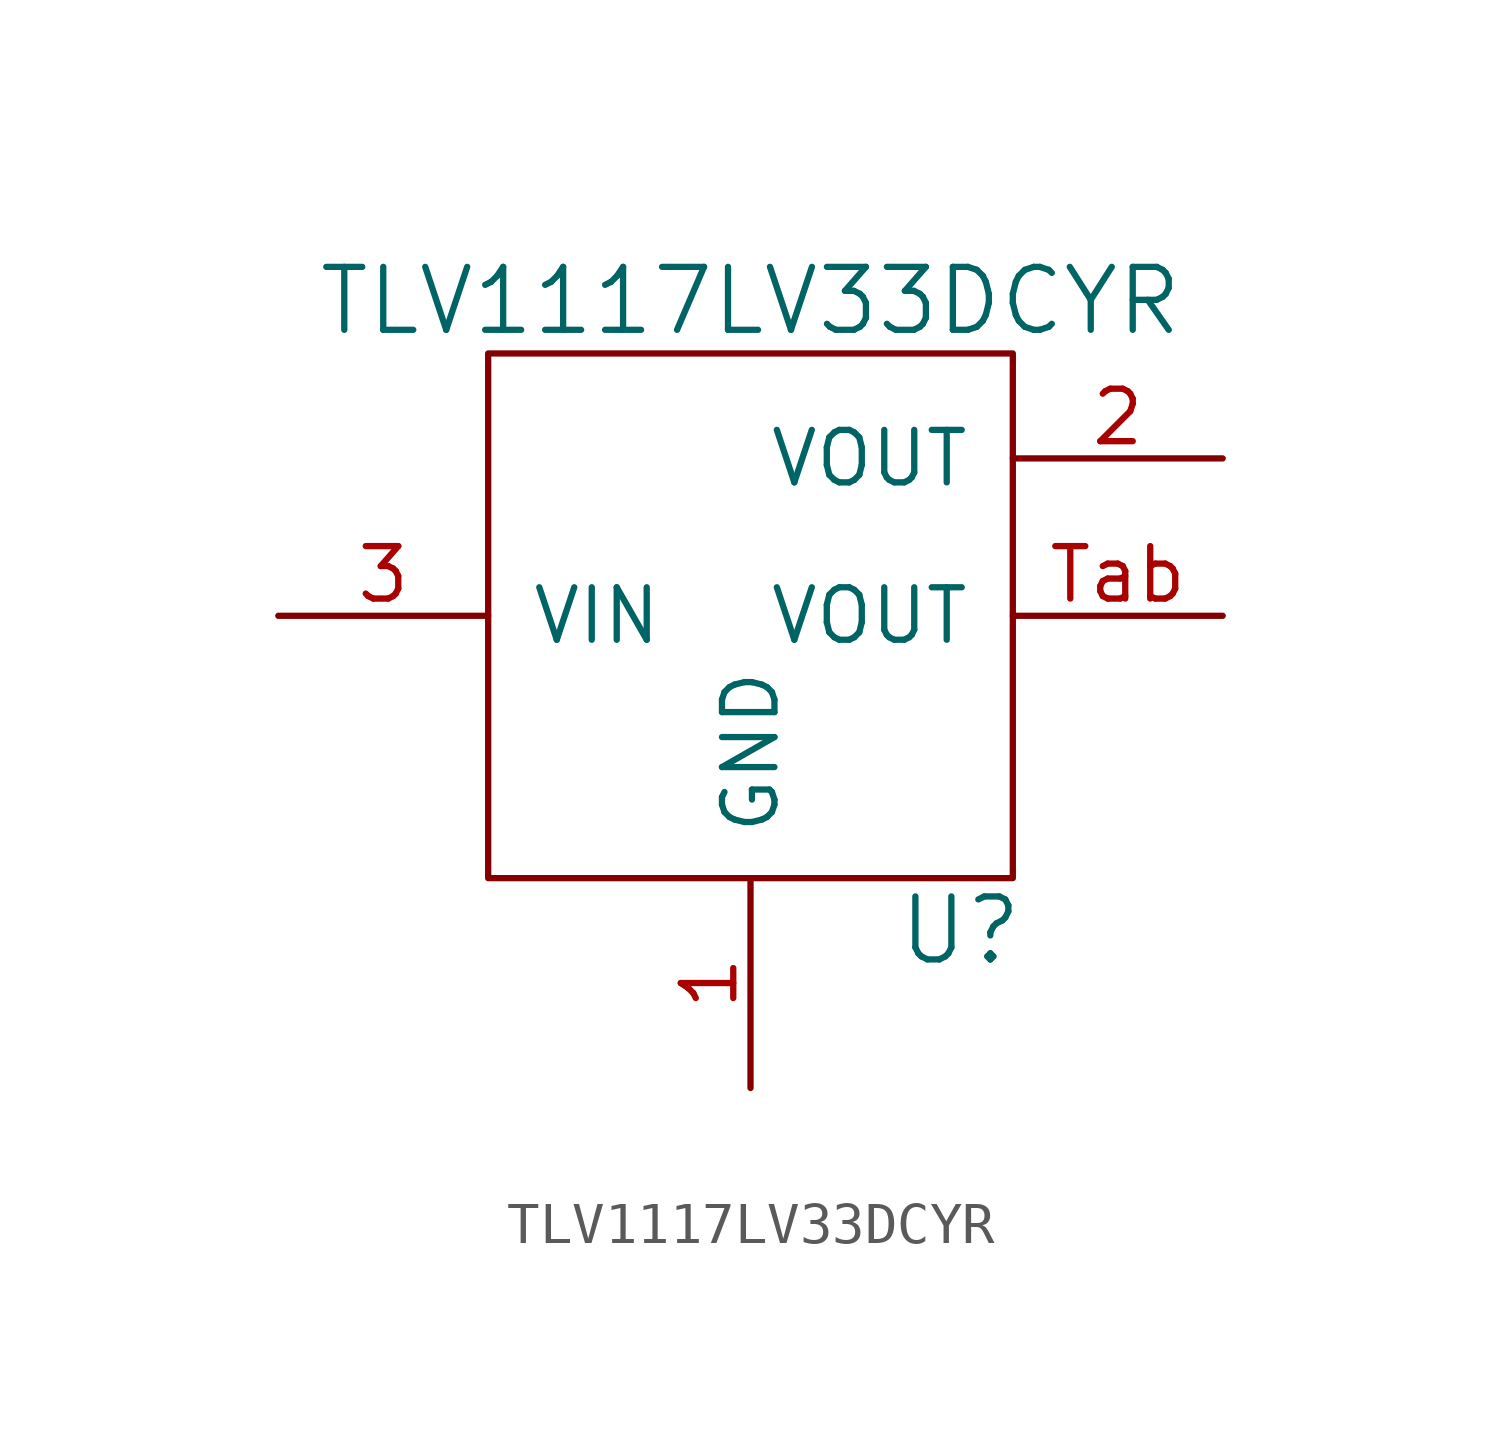
<source format=kicad_sym>
(kicad_symbol_lib
  (version 20211014)
  (generator kicad_symbol_editor)
  (symbol "TLV1117LV33DCYR"
    (pin_names
      (offset 1.016))
    (property "Reference" "U"
      (at 5.08 -7.62 0)
      (effects (font (size 1.524 1.524))))
    (property "Value" "TLV1117LV33DCYR"
      (at 0 7.62 0)
      (effects (font (size 1.524 1.524))))
    (property "Footprint" ""
      (at 0 0 0)
      (effects (font (size 1.524 1.524))))
    (property "Datasheet" ""
      (at 0 0 0)
      (effects (font (size 1.524 1.524))))
    (symbol "TLV1117LV33DCYR_0_1"
      (rectangle (start -6.35 6.35) (end 6.35 -6.35) (stroke (width 0) (type default) (color 0 0 0 0)) (fill (type none))))
    (symbol "TLV1117LV33DCYR_1_1"
      (pin passive line (at 0 -11.43 90) (length 5.08) (name "GND" (effects (font (size 1.27 1.27)))) (number "1" (effects (font (size 1.27 1.27)))))
      (pin passive line (at 11.43 3.81 180) (length 5.08) (name "VOUT" (effects (font (size 1.27 1.27)))) (number "2" (effects (font (size 1.27 1.27)))))
      (pin passive line (at -11.43 0 0) (length 5.08) (name "VIN" (effects (font (size 1.27 1.27)))) (number "3" (effects (font (size 1.27 1.27)))))
      (pin passive line (at 11.43 0 180) (length 5.08) (name "VOUT" (effects (font (size 1.27 1.27)))) (number "Tab" (effects (font (size 1.27 1.27))))))))
</source>
